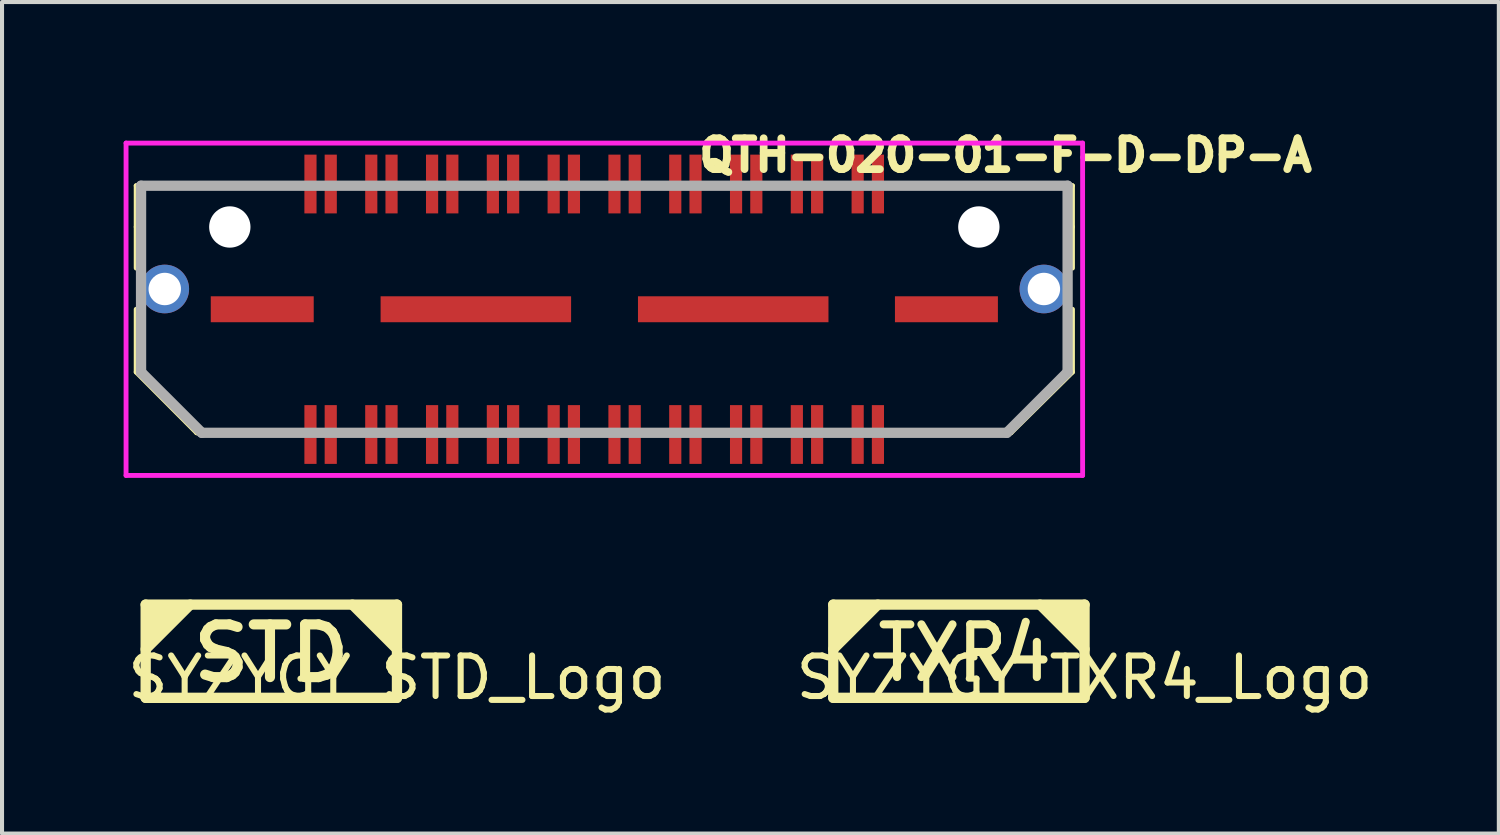
<source format=kicad_pcb>
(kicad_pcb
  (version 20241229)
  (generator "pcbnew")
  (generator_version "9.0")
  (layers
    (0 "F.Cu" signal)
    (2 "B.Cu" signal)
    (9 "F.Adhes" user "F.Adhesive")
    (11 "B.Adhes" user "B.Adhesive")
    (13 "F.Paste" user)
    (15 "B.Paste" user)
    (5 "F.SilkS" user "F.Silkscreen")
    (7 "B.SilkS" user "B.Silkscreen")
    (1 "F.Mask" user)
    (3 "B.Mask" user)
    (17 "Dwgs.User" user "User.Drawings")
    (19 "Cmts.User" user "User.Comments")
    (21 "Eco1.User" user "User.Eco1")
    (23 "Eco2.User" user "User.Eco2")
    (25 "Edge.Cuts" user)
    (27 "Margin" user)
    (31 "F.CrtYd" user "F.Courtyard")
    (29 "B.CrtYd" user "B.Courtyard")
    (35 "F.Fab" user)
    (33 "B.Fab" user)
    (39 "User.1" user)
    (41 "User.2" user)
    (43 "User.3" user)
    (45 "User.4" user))
  (footprint "SYZYGY_TXR4_Logo"
    (layer "F.Cu")
    (at 23.708 14.167)
    (property "Reference" "SYZYGY_TXR4_Logo" (at 0 -0.5 0) (unlocked yes) (layer "F.SilkS") (effects (font (size 1 1) (thickness 0.15))))
    (attr smd)
    (fp_line (start -6.2 -2.3) (end -6.2 0) (stroke (width 0.254) (type solid)) (layer "F.SilkS"))
    (fp_line (start -6.2 -2.3) (end 0 -2.3) (stroke (width 0.254) (type solid)) (layer "F.SilkS"))
    (fp_line (start -6.2 0) (end 0 0) (stroke (width 0.254) (type solid)) (layer "F.SilkS"))
    (fp_line (start -5.1 -2.3) (end -6.2 -1.2) (stroke (width 0.254) (type solid)) (layer "F.SilkS"))
    (fp_line (start -1.1 -2.3) (end 0 -1.2) (stroke (width 0.254) (type solid)) (layer "F.SilkS"))
    (fp_line (start 0 -2.3) (end 0 0) (stroke (width 0.254) (type solid)) (layer "F.SilkS"))
    (fp_poly (pts (xy -6.2 -1.2) (xy -6.2 -2.3) (xy -5.1 -2.3)) (stroke (width 0.15) (type solid)) (fill yes) (layer "F.SilkS"))
    (fp_poly (pts (xy -1.1 -2.3) (xy 0 -2.3) (xy 0 -1.2)) (stroke (width 0.15) (type solid)) (fill yes) (layer "F.SilkS"))
    (fp_text user "TXR4" (at -2.957 -1.104 0) (layer "F.SilkS") (effects (font (size 1.3 1.15) (thickness 0.2)))))
  (footprint "SYZYGY_STD_Logo"
    (layer "F.Cu")
    (at 6.744 14.167)
    (property "Reference" "SYZYGY_STD_Logo" (at 0 -0.5 0) (unlocked yes) (layer "F.SilkS") (effects (font (size 1 1) (thickness 0.15))))
    (attr smd)
    (fp_line (start -6.2 -2.3) (end -6.2 0) (stroke (width 0.254) (type solid)) (layer "F.SilkS"))
    (fp_line (start -6.2 -2.3) (end 0 -2.3) (stroke (width 0.254) (type solid)) (layer "F.SilkS"))
    (fp_line (start -6.2 0) (end 0 0) (stroke (width 0.254) (type solid)) (layer "F.SilkS"))
    (fp_line (start -5.1 -2.3) (end -6.2 -1.2) (stroke (width 0.254) (type solid)) (layer "F.SilkS"))
    (fp_line (start -1.1 -2.3) (end 0 -1.2) (stroke (width 0.254) (type solid)) (layer "F.SilkS"))
    (fp_line (start 0 -2.3) (end 0 0) (stroke (width 0.254) (type solid)) (layer "F.SilkS"))
    (fp_poly (pts (xy -6.2 -1.2) (xy -6.2 -2.3) (xy -5.1 -2.3)) (stroke (width 0.15) (type solid)) (fill yes) (layer "F.SilkS"))
    (fp_poly (pts (xy -1.1 -2.3) (xy 0 -2.3) (xy 0 -1.2)) (stroke (width 0.15) (type solid)) (fill yes) (layer "F.SilkS"))
    (fp_text user "STD" (at -3.1 -1.1 0) (layer "F.SilkS") (effects (font (size 1.3 1.4) (thickness 0.25)))))
  (footprint "QTH-020-01-F-D-DP-A"
    (layer "F.Cu")
    (at 11.86 4.58)
    (property "Reference" "QTH-020-01-F-D-DP-A" (at 9.9 -3.8 0) (layer "F.SilkS") (effects (font (size 0.762 0.762) (thickness 0.191))))
    (attr through_hole)
    (fp_line (start -11.55 -3.048) (end -7.671 -3.048) (stroke (width 0.12) (type solid)) (layer "F.SilkS"))
    (fp_line (start -11.55 -2.032) (end -11.55 -3.048) (stroke (width 0.12) (type solid)) (layer "F.SilkS"))
    (fp_line (start -11.55 -1.016) (end -11.55 -2.032) (stroke (width 0.12) (type solid)) (layer "F.SilkS"))
    (fp_line (start -11.55 1.55) (end -11.55 0) (stroke (width 0.12) (type solid)) (layer "F.SilkS"))
    (fp_line (start -10.058 3.048) (end -11.55 1.55) (stroke (width 0.12) (type solid)) (layer "F.SilkS"))
    (fp_line (start -7.696 3.048) (end -10.058 3.048) (stroke (width 0.12) (type solid)) (layer "F.SilkS"))
    (fp_line (start 7.214 3.048) (end 10.033 3.048) (stroke (width 0.12) (type solid)) (layer "F.SilkS"))
    (fp_line (start 10.033 3.048) (end 11.55 1.55) (stroke (width 0.12) (type solid)) (layer "F.SilkS"))
    (fp_line (start 11.55 -3.048) (end 7.2 -3.048) (stroke (width 0.12) (type solid)) (layer "F.SilkS"))
    (fp_line (start 11.55 -2.032) (end 11.55 -3.048) (stroke (width 0.12) (type solid)) (layer "F.SilkS"))
    (fp_line (start 11.55 -1.016) (end 11.55 -2.032) (stroke (width 0.12) (type solid)) (layer "F.SilkS"))
    (fp_line (start 11.55 1.55) (end 11.55 0) (stroke (width 0.12) (type solid)) (layer "F.SilkS"))
    (fp_line (start -11.8 -4.1) (end -11.8 4.1) (stroke (width 0.12) (type solid)) (layer "F.CrtYd"))
    (fp_line (start -11.8 4.1) (end 11.8 4.1) (stroke (width 0.12) (type solid)) (layer "F.CrtYd"))
    (fp_line (start 11.8 -4.1) (end -11.8 -4.1) (stroke (width 0.12) (type solid)) (layer "F.CrtYd"))
    (fp_line (start 11.8 4.1) (end 11.8 -4.1) (stroke (width 0.12) (type solid)) (layer "F.CrtYd"))
    (fp_line (start -11.43 -3.048) (end 11.43 -3.048) (stroke (width 0.254) (type solid)) (layer "F.Fab"))
    (fp_line (start -11.43 1.55) (end -11.43 -3.048) (stroke (width 0.254) (type solid)) (layer "F.Fab"))
    (fp_line (start -9.931 3.048) (end -11.43 1.55) (stroke (width 0.254) (type solid)) (layer "F.Fab"))
    (fp_line (start 9.931 3.048) (end -9.931 3.048) (stroke (width 0.254) (type solid)) (layer "F.Fab"))
    (fp_line (start 11.43 -3.048) (end 11.43 1.55) (stroke (width 0.254) (type solid)) (layer "F.Fab"))
    (fp_line (start 11.43 1.55) (end 9.931 3.048) (stroke (width 0.254) (type solid)) (layer "F.Fab"))
    (pad "" np_thru_hole circle (at -9.24 -2.03 180) (size 1.02 1.02) (drill 1.02) (layers "*.Cu" "*.Mask"))
    (pad "" np_thru_hole circle (at 9.24 -2.03 180) (size 1.02 1.02) (drill 1.02) (layers "*.Cu" "*.Mask"))
    (pad "0" smd rect (at -8.44 0 180) (size 2.54 0.64) (layers "F.Cu" "F.Mask" "F.Paste"))
    (pad "0" smd rect (at -3.17 0 180) (size 4.7 0.64) (layers "F.Cu" "F.Mask" "F.Paste"))
    (pad "0" smd rect (at 3.18 0 180) (size 4.7 0.64) (layers "F.Cu" "F.Mask" "F.Paste"))
    (pad "0" smd rect (at 8.44 0 180) (size 2.54 0.64) (layers "F.Cu" "F.Mask" "F.Paste"))
    (pad "1" smd rect (at -7.25 -3.09 180) (size 0.3 1.45) (layers "F.Cu" "F.Mask" "F.Paste"))
    (pad "2" smd rect (at -7.25 3.09 180) (size 0.3 1.45) (layers "F.Cu" "F.Mask" "F.Paste"))
    (pad "3" smd rect (at -6.75 -3.09 180) (size 0.3 1.45) (layers "F.Cu" "F.Mask" "F.Paste"))
    (pad "4" smd rect (at -6.75 3.09 180) (size 0.3 1.45) (layers "F.Cu" "F.Mask" "F.Paste"))
    (pad "5" smd rect (at -5.75 -3.09 180) (size 0.3 1.45) (layers "F.Cu" "F.Mask" "F.Paste"))
    (pad "6" smd rect (at -5.75 3.09 180) (size 0.3 1.45) (layers "F.Cu" "F.Mask" "F.Paste"))
    (pad "7" smd rect (at -5.25 -3.09 180) (size 0.3 1.45) (layers "F.Cu" "F.Mask" "F.Paste"))
    (pad "8" smd rect (at -5.25 3.09 180) (size 0.3 1.45) (layers "F.Cu" "F.Mask" "F.Paste"))
    (pad "9" smd rect (at -4.25 -3.09 180) (size 0.3 1.45) (layers "F.Cu" "F.Mask" "F.Paste"))
    (pad "10" smd rect (at -4.25 3.09 180) (size 0.3 1.45) (layers "F.Cu" "F.Mask" "F.Paste"))
    (pad "11" smd rect (at -3.75 -3.09 180) (size 0.3 1.45) (layers "F.Cu" "F.Mask" "F.Paste"))
    (pad "12" smd rect (at -3.75 3.09 180) (size 0.3 1.45) (layers "F.Cu" "F.Mask" "F.Paste"))
    (pad "13" smd rect (at -2.75 -3.09 180) (size 0.3 1.45) (layers "F.Cu" "F.Mask" "F.Paste"))
    (pad "14" smd rect (at -2.75 3.09 180) (size 0.3 1.45) (layers "F.Cu" "F.Mask" "F.Paste"))
    (pad "15" smd rect (at -2.25 -3.09 180) (size 0.3 1.45) (layers "F.Cu" "F.Mask" "F.Paste"))
    (pad "16" smd rect (at -2.25 3.09 180) (size 0.3 1.45) (layers "F.Cu" "F.Mask" "F.Paste"))
    (pad "17" smd rect (at -1.25 -3.09 180) (size 0.3 1.45) (layers "F.Cu" "F.Mask" "F.Paste"))
    (pad "18" smd rect (at -1.25 3.09 180) (size 0.3 1.45) (layers "F.Cu" "F.Mask" "F.Paste"))
    (pad "19" smd rect (at -0.75 -3.09 180) (size 0.3 1.45) (layers "F.Cu" "F.Mask" "F.Paste"))
    (pad "20" smd rect (at -0.75 3.09 180) (size 0.3 1.45) (layers "F.Cu" "F.Mask" "F.Paste"))
    (pad "21" smd rect (at 0.25 -3.09 180) (size 0.3 1.45) (layers "F.Cu" "F.Mask" "F.Paste"))
    (pad "22" smd rect (at 0.25 3.09 180) (size 0.3 1.45) (layers "F.Cu" "F.Mask" "F.Paste"))
    (pad "23" smd rect (at 0.75 -3.09 180) (size 0.3 1.45) (layers "F.Cu" "F.Mask" "F.Paste"))
    (pad "24" smd rect (at 0.75 3.09 180) (size 0.3 1.45) (layers "F.Cu" "F.Mask" "F.Paste"))
    (pad "25" smd rect (at 1.75 -3.09 180) (size 0.3 1.45) (layers "F.Cu" "F.Mask" "F.Paste"))
    (pad "26" smd rect (at 1.75 3.09 180) (size 0.3 1.45) (layers "F.Cu" "F.Mask" "F.Paste"))
    (pad "27" smd rect (at 2.25 -3.09 180) (size 0.3 1.45) (layers "F.Cu" "F.Mask" "F.Paste"))
    (pad "28" smd rect (at 2.25 3.09 180) (size 0.3 1.45) (layers "F.Cu" "F.Mask" "F.Paste"))
    (pad "29" smd rect (at 3.25 -3.09 180) (size 0.3 1.45) (layers "F.Cu" "F.Mask" "F.Paste"))
    (pad "30" smd rect (at 3.25 3.09 180) (size 0.3 1.45) (layers "F.Cu" "F.Mask" "F.Paste"))
    (pad "31" smd rect (at 3.75 -3.09 180) (size 0.3 1.45) (layers "F.Cu" "F.Mask" "F.Paste"))
    (pad "32" smd rect (at 3.75 3.09 180) (size 0.3 1.45) (layers "F.Cu" "F.Mask" "F.Paste"))
    (pad "33" smd rect (at 4.75 -3.09 180) (size 0.3 1.45) (layers "F.Cu" "F.Mask" "F.Paste"))
    (pad "34" smd rect (at 4.75 3.09 180) (size 0.3 1.45) (layers "F.Cu" "F.Mask" "F.Paste"))
    (pad "35" smd rect (at 5.25 -3.09 180) (size 0.3 1.45) (layers "F.Cu" "F.Mask" "F.Paste"))
    (pad "36" smd rect (at 5.25 3.09 180) (size 0.3 1.45) (layers "F.Cu" "F.Mask" "F.Paste"))
    (pad "37" smd rect (at 6.25 -3.09 180) (size 0.3 1.45) (layers "F.Cu" "F.Mask" "F.Paste"))
    (pad "38" smd rect (at 6.25 3.09 180) (size 0.3 1.45) (layers "F.Cu" "F.Mask" "F.Paste"))
    (pad "39" smd rect (at 6.75 -3.09 180) (size 0.3 1.45) (layers "F.Cu" "F.Mask" "F.Paste"))
    (pad "40" smd rect (at 6.75 3.09 180) (size 0.3 1.45) (layers "F.Cu" "F.Mask" "F.Paste"))
    (pad "MH" thru_hole circle (at -10.845 -0.5 180) (size 1.2 1.2) (drill 0.8) (layers "*.Cu" "*.Mask"))
    (pad "MH" thru_hole circle (at 10.845 -0.5 180) (size 1.2 1.2) (drill 0.8) (layers "*.Cu" "*.Mask")))
  (gr_rect
    (start -3 -3)
    (end 33.929 17.515)
    (stroke (width 0.1) (type default))
    (fill no)
    (layer "Edge.Cuts")))
</source>
